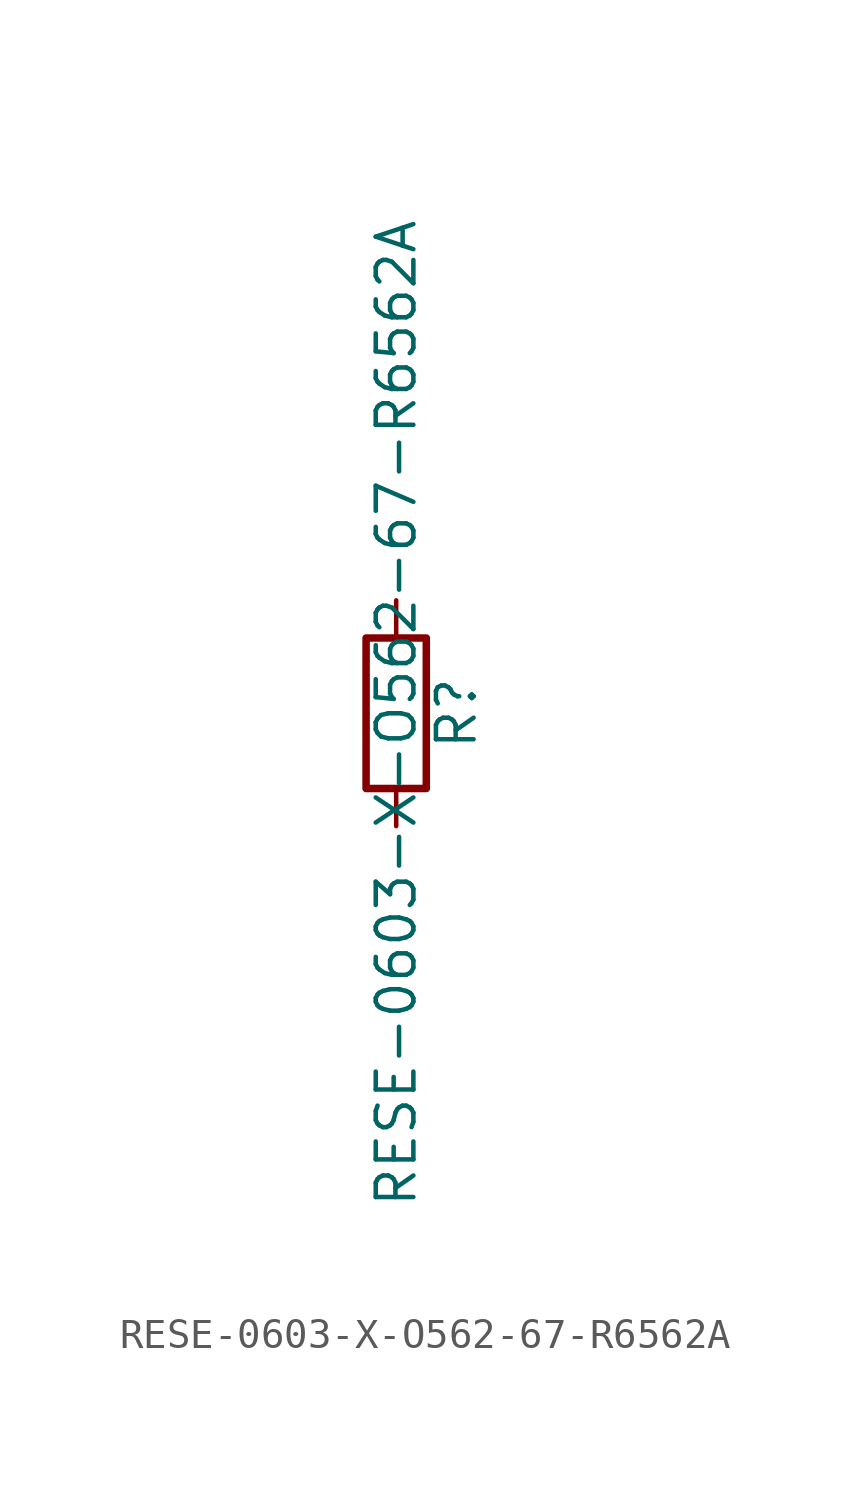
<source format=kicad_sym>
(kicad_symbol_lib
  (version 20211014)
  (generator kicad_symbol_editor)
  (symbol "RESE-0603-X-O562-67-R6562A"
    (pin_numbers hide)
    (pin_names
      (offset 0))
    (property "Reference" "R"
      (at 2.032 0 90)
      (effects (font (size 1.27 1.27))))
    (property "Value" "RESE-0603-X-O562-67-R6562A"
      (at 0 0 90)
      (effects (font (size 1.27 1.27))))
    (symbol "RESE-0603-X-O562-67-R6562A_0_1"
      (rectangle (start -1.016 -2.54) (end 1.016 2.54) (stroke (width 0.254) (type default) (color 0 0 0 0)) (fill (type none))))
    (symbol "RESE-0603-X-O562-67-R6562A_1_1"
      (pin passive line (at 0 3.81 270) (length 1.27) (name "~" (effects (font (size 1.27 1.27)))) (number "1" (effects (font (size 1.27 1.27)))))
      (pin passive line (at 0 -3.81 90) (length 1.27) (name "~" (effects (font (size 1.27 1.27)))) (number "2" (effects (font (size 1.27 1.27))))))))
</source>
